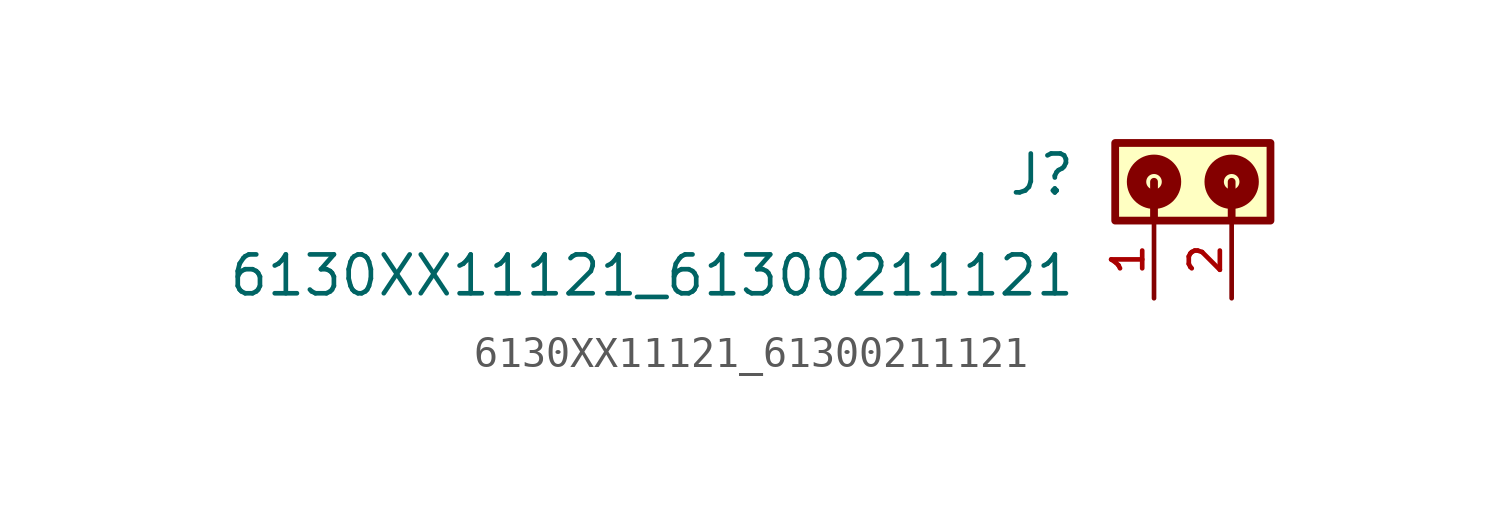
<source format=kicad_sym>
(kicad_symbol_lib
  (version 20211014)
  (generator kicad_symbol_editor)
  (symbol "6130XX11121_61300211121"
    (pin_names
      (offset 1.016))
    (property "Reference" "J"
      (at -5.08 -1.778 0)
      (effects (font (size 1.27 1.27)) (justify bottom right)))
    (property "Value" "6130XX11121_61300211121"
      (at -5.08 -5.08 0)
      (effects (font (size 1.27 1.27)) (justify bottom right)))
    (symbol "6130XX11121_61300211121_0_0"
      (polyline (pts (xy -2.54 -1.27) (xy -2.54 -2.54)) (stroke (width 0.254)))
      (polyline (pts (xy 0.0 -1.27) (xy 0.0 -2.54)) (stroke (width 0.254)))
      (circle (center -2.54 -1.27) (radius 0.254) (stroke (width 0.635)) (fill (type none)))
      (circle (center 0.0 -1.27) (radius 0.254) (stroke (width 0.635)) (fill (type none)))
      (rectangle (start -3.81 -2.54) (end 1.27 -2.22044604925e-16) (stroke (width 0.254)) (fill (type background)))
      (pin passive line (at -2.54 -5.08 90.0) (length 2.54) (name "~" (effects (font (size 1.016 1.016)))) (number "1" (effects (font (size 1.016 1.016)))))
      (pin passive line (at 0.0 -5.08 90.0) (length 2.54) (name "~" (effects (font (size 1.016 1.016)))) (number "2" (effects (font (size 1.016 1.016))))))))
</source>
